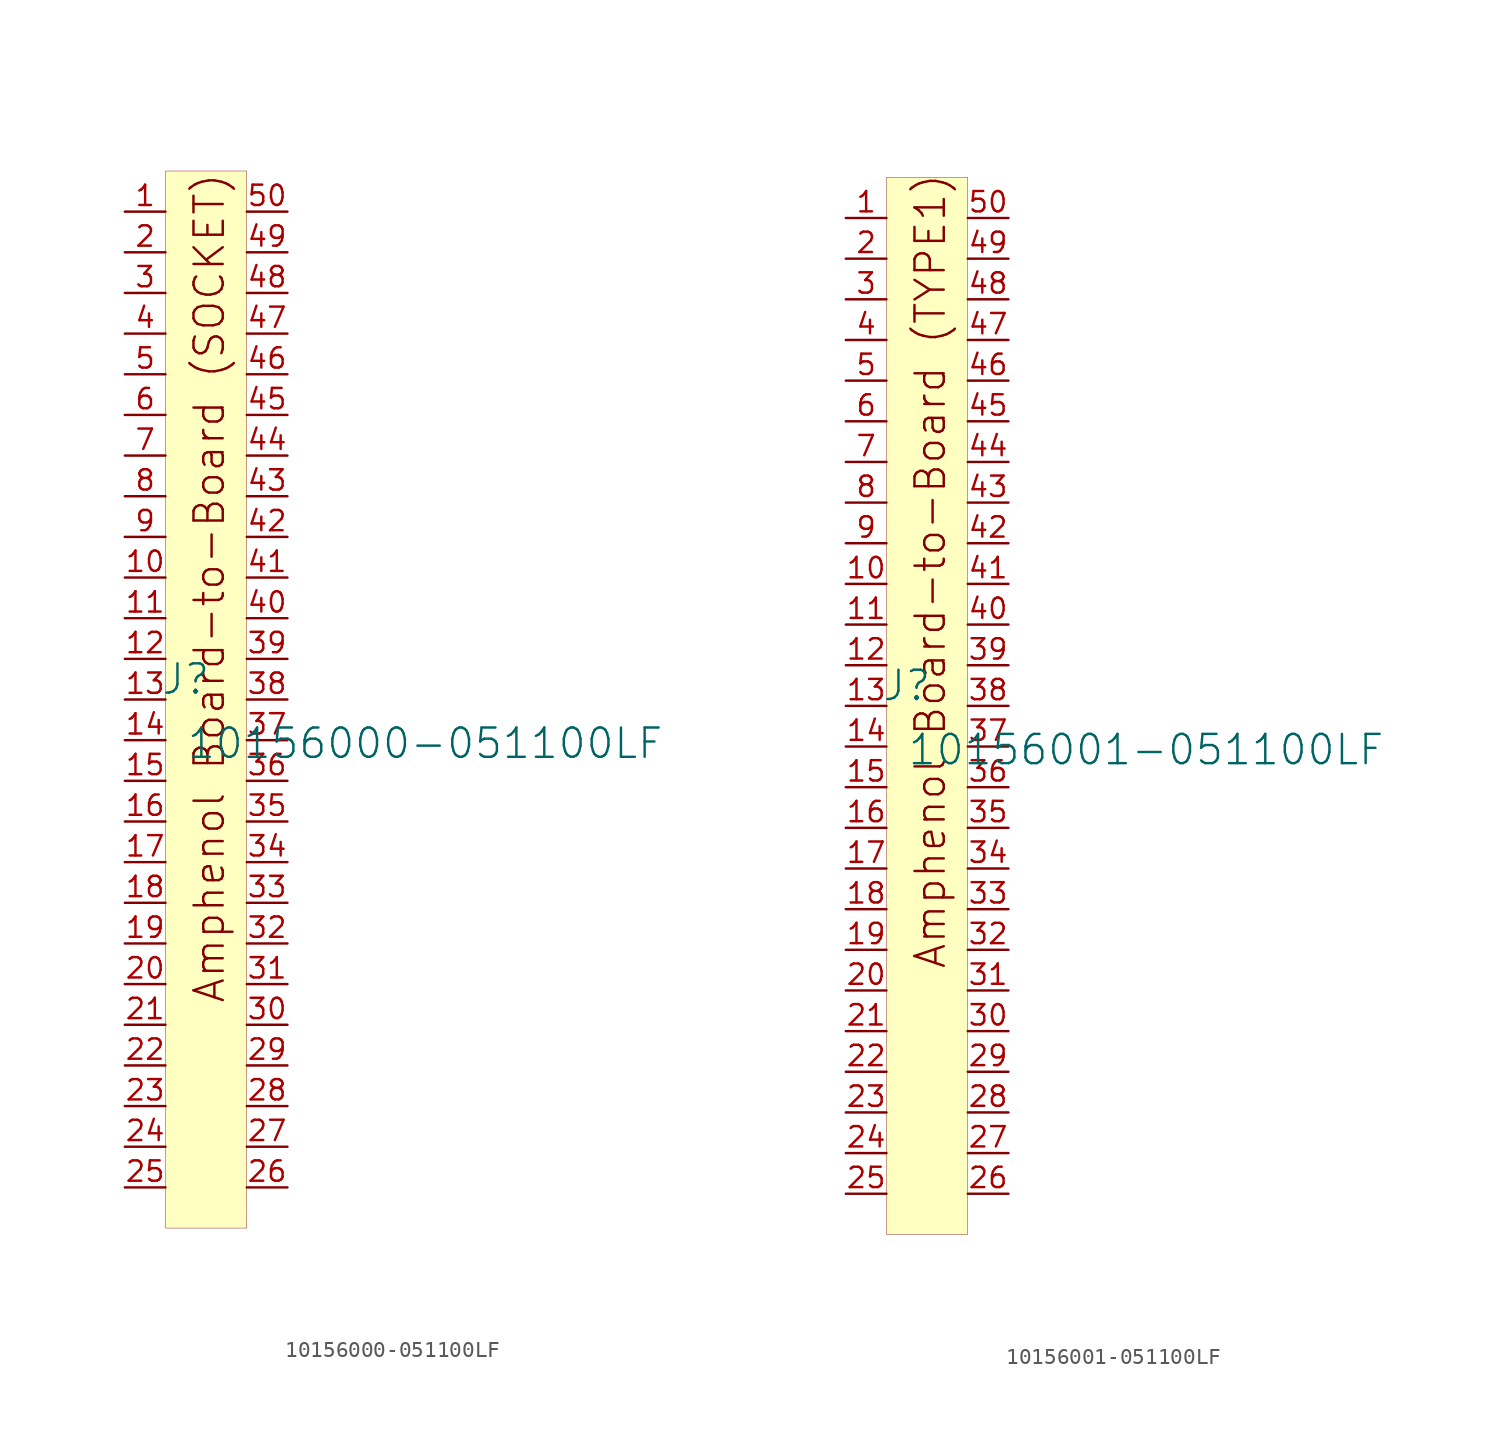
<source format=kicad_sym>
(kicad_symbol_lib
  (version 20231120)
  (generator "kicad_symbol_editor")
  (generator_version "8.0")
  (symbol "10156000-051100LF"
    (property "Reference" "J"
      (at -1.27 1.27 0)
      (effects (font (size 1.829 1.829))))
    (property "Value" "10156000-051100LF"
      (at -1.27 -3.81 0)
      (effects (font (size 1.829 1.829)) (justify left bottom)))
    (symbol "10156000-051100LF_1_0"
      (rectangle (start 2.54 33.02) (end -2.54 -33.02) (stroke (width 0.025) (type solid) (color 128 0 0 1)) (fill (type background)))
      (text "Amphenol Board-to-Board (SOCKET)" (at 1.27 -19.05 900) (effects (font (size 1.829 1.829)) (justify left bottom)))
      (pin passive line (at -5.08 30.48 0) (length 2.54) (name "" (effects (font (size 1.27 1.27)))) (number "1" (effects (font (size 1.27 1.27)))))
      (pin passive line (at -5.08 7.62 0) (length 2.54) (name "" (effects (font (size 1.27 1.27)))) (number "10" (effects (font (size 1.27 1.27)))))
      (pin passive line (at -5.08 5.08 0) (length 2.54) (name "" (effects (font (size 1.27 1.27)))) (number "11" (effects (font (size 1.27 1.27)))))
      (pin passive line (at -5.08 2.54 0) (length 2.54) (name "" (effects (font (size 1.27 1.27)))) (number "12" (effects (font (size 1.27 1.27)))))
      (pin passive line (at -5.08 0 0) (length 2.54) (name "" (effects (font (size 1.27 1.27)))) (number "13" (effects (font (size 1.27 1.27)))))
      (pin passive line (at -5.08 -2.54 0) (length 2.54) (name "" (effects (font (size 1.27 1.27)))) (number "14" (effects (font (size 1.27 1.27)))))
      (pin passive line (at -5.08 -5.08 0) (length 2.54) (name "" (effects (font (size 1.27 1.27)))) (number "15" (effects (font (size 1.27 1.27)))))
      (pin passive line (at -5.08 -7.62 0) (length 2.54) (name "" (effects (font (size 1.27 1.27)))) (number "16" (effects (font (size 1.27 1.27)))))
      (pin passive line (at -5.08 -10.16 0) (length 2.54) (name "" (effects (font (size 1.27 1.27)))) (number "17" (effects (font (size 1.27 1.27)))))
      (pin passive line (at -5.08 -12.7 0) (length 2.54) (name "" (effects (font (size 1.27 1.27)))) (number "18" (effects (font (size 1.27 1.27)))))
      (pin passive line (at -5.08 -15.24 0) (length 2.54) (name "" (effects (font (size 1.27 1.27)))) (number "19" (effects (font (size 1.27 1.27)))))
      (pin passive line (at -5.08 27.94 0) (length 2.54) (name "" (effects (font (size 1.27 1.27)))) (number "2" (effects (font (size 1.27 1.27)))))
      (pin passive line (at -5.08 -17.78 0) (length 2.54) (name "" (effects (font (size 1.27 1.27)))) (number "20" (effects (font (size 1.27 1.27)))))
      (pin passive line (at -5.08 -20.32 0) (length 2.54) (name "" (effects (font (size 1.27 1.27)))) (number "21" (effects (font (size 1.27 1.27)))))
      (pin passive line (at -5.08 -22.86 0) (length 2.54) (name "" (effects (font (size 1.27 1.27)))) (number "22" (effects (font (size 1.27 1.27)))))
      (pin passive line (at -5.08 -25.4 0) (length 2.54) (name "" (effects (font (size 1.27 1.27)))) (number "23" (effects (font (size 1.27 1.27)))))
      (pin passive line (at -5.08 -27.94 0) (length 2.54) (name "" (effects (font (size 1.27 1.27)))) (number "24" (effects (font (size 1.27 1.27)))))
      (pin passive line (at -5.08 -30.48 0) (length 2.54) (name "" (effects (font (size 1.27 1.27)))) (number "25" (effects (font (size 1.27 1.27)))))
      (pin passive line (at 5.08 -30.48 180) (length 2.54) (name "" (effects (font (size 1.27 1.27)))) (number "26" (effects (font (size 1.27 1.27)))))
      (pin passive line (at 5.08 -27.94 180) (length 2.54) (name "" (effects (font (size 1.27 1.27)))) (number "27" (effects (font (size 1.27 1.27)))))
      (pin passive line (at 5.08 -25.4 180) (length 2.54) (name "" (effects (font (size 1.27 1.27)))) (number "28" (effects (font (size 1.27 1.27)))))
      (pin passive line (at 5.08 -22.86 180) (length 2.54) (name "" (effects (font (size 1.27 1.27)))) (number "29" (effects (font (size 1.27 1.27)))))
      (pin passive line (at -5.08 25.4 0) (length 2.54) (name "" (effects (font (size 1.27 1.27)))) (number "3" (effects (font (size 1.27 1.27)))))
      (pin passive line (at 5.08 -20.32 180) (length 2.54) (name "" (effects (font (size 1.27 1.27)))) (number "30" (effects (font (size 1.27 1.27)))))
      (pin passive line (at 5.08 -17.78 180) (length 2.54) (name "" (effects (font (size 1.27 1.27)))) (number "31" (effects (font (size 1.27 1.27)))))
      (pin passive line (at 5.08 -15.24 180) (length 2.54) (name "" (effects (font (size 1.27 1.27)))) (number "32" (effects (font (size 1.27 1.27)))))
      (pin passive line (at 5.08 -12.7 180) (length 2.54) (name "" (effects (font (size 1.27 1.27)))) (number "33" (effects (font (size 1.27 1.27)))))
      (pin passive line (at 5.08 -10.16 180) (length 2.54) (name "" (effects (font (size 1.27 1.27)))) (number "34" (effects (font (size 1.27 1.27)))))
      (pin passive line (at 5.08 -7.62 180) (length 2.54) (name "" (effects (font (size 1.27 1.27)))) (number "35" (effects (font (size 1.27 1.27)))))
      (pin passive line (at 5.08 -5.08 180) (length 2.54) (name "" (effects (font (size 1.27 1.27)))) (number "36" (effects (font (size 1.27 1.27)))))
      (pin passive line (at 5.08 -2.54 180) (length 2.54) (name "" (effects (font (size 1.27 1.27)))) (number "37" (effects (font (size 1.27 1.27)))))
      (pin passive line (at 5.08 0 180) (length 2.54) (name "" (effects (font (size 1.27 1.27)))) (number "38" (effects (font (size 1.27 1.27)))))
      (pin passive line (at 5.08 2.54 180) (length 2.54) (name "" (effects (font (size 1.27 1.27)))) (number "39" (effects (font (size 1.27 1.27)))))
      (pin passive line (at -5.08 22.86 0) (length 2.54) (name "" (effects (font (size 1.27 1.27)))) (number "4" (effects (font (size 1.27 1.27)))))
      (pin passive line (at 5.08 5.08 180) (length 2.54) (name "" (effects (font (size 1.27 1.27)))) (number "40" (effects (font (size 1.27 1.27)))))
      (pin passive line (at 5.08 7.62 180) (length 2.54) (name "" (effects (font (size 1.27 1.27)))) (number "41" (effects (font (size 1.27 1.27)))))
      (pin passive line (at 5.08 10.16 180) (length 2.54) (name "" (effects (font (size 1.27 1.27)))) (number "42" (effects (font (size 1.27 1.27)))))
      (pin passive line (at 5.08 12.7 180) (length 2.54) (name "" (effects (font (size 1.27 1.27)))) (number "43" (effects (font (size 1.27 1.27)))))
      (pin passive line (at 5.08 15.24 180) (length 2.54) (name "" (effects (font (size 1.27 1.27)))) (number "44" (effects (font (size 1.27 1.27)))))
      (pin passive line (at 5.08 17.78 180) (length 2.54) (name "" (effects (font (size 1.27 1.27)))) (number "45" (effects (font (size 1.27 1.27)))))
      (pin passive line (at 5.08 20.32 180) (length 2.54) (name "" (effects (font (size 1.27 1.27)))) (number "46" (effects (font (size 1.27 1.27)))))
      (pin passive line (at 5.08 22.86 180) (length 2.54) (name "" (effects (font (size 1.27 1.27)))) (number "47" (effects (font (size 1.27 1.27)))))
      (pin passive line (at 5.08 25.4 180) (length 2.54) (name "" (effects (font (size 1.27 1.27)))) (number "48" (effects (font (size 1.27 1.27)))))
      (pin passive line (at 5.08 27.94 180) (length 2.54) (name "" (effects (font (size 1.27 1.27)))) (number "49" (effects (font (size 1.27 1.27)))))
      (pin passive line (at -5.08 20.32 0) (length 2.54) (name "" (effects (font (size 1.27 1.27)))) (number "5" (effects (font (size 1.27 1.27)))))
      (pin passive line (at 5.08 30.48 180) (length 2.54) (name "" (effects (font (size 1.27 1.27)))) (number "50" (effects (font (size 1.27 1.27)))))
      (pin passive line (at -5.08 17.78 0) (length 2.54) (name "" (effects (font (size 1.27 1.27)))) (number "6" (effects (font (size 1.27 1.27)))))
      (pin passive line (at -5.08 15.24 0) (length 2.54) (name "" (effects (font (size 1.27 1.27)))) (number "7" (effects (font (size 1.27 1.27)))))
      (pin passive line (at -5.08 12.7 0) (length 2.54) (name "" (effects (font (size 1.27 1.27)))) (number "8" (effects (font (size 1.27 1.27)))))
      (pin passive line (at -5.08 10.16 0) (length 2.54) (name "" (effects (font (size 1.27 1.27)))) (number "9" (effects (font (size 1.27 1.27)))))))
  (symbol "10156001-051100LF"
    (property "Reference" "J"
      (at -1.27 1.27 0)
      (effects (font (size 1.829 1.829))))
    (property "Value" "10156001-051100LF"
      (at -1.27 -3.81 0)
      (effects (font (size 1.829 1.829)) (justify left bottom)))
    (symbol "10156001-051100LF_1_0"
      (rectangle (start 2.54 33.02) (end -2.54 -33.02) (stroke (width 0.025) (type solid) (color 128 0 0 1)) (fill (type background)))
      (text "Amphenol Board-to-Board (TYPE1)" (at 1.27 -16.51 900) (effects (font (size 1.829 1.829)) (justify left bottom)))
      (pin passive line (at -5.08 30.48 0) (length 2.54) (name "" (effects (font (size 1.27 1.27)))) (number "1" (effects (font (size 1.27 1.27)))))
      (pin passive line (at -5.08 7.62 0) (length 2.54) (name "" (effects (font (size 1.27 1.27)))) (number "10" (effects (font (size 1.27 1.27)))))
      (pin passive line (at -5.08 5.08 0) (length 2.54) (name "" (effects (font (size 1.27 1.27)))) (number "11" (effects (font (size 1.27 1.27)))))
      (pin passive line (at -5.08 2.54 0) (length 2.54) (name "" (effects (font (size 1.27 1.27)))) (number "12" (effects (font (size 1.27 1.27)))))
      (pin passive line (at -5.08 0 0) (length 2.54) (name "" (effects (font (size 1.27 1.27)))) (number "13" (effects (font (size 1.27 1.27)))))
      (pin passive line (at -5.08 -2.54 0) (length 2.54) (name "" (effects (font (size 1.27 1.27)))) (number "14" (effects (font (size 1.27 1.27)))))
      (pin passive line (at -5.08 -5.08 0) (length 2.54) (name "" (effects (font (size 1.27 1.27)))) (number "15" (effects (font (size 1.27 1.27)))))
      (pin passive line (at -5.08 -7.62 0) (length 2.54) (name "" (effects (font (size 1.27 1.27)))) (number "16" (effects (font (size 1.27 1.27)))))
      (pin passive line (at -5.08 -10.16 0) (length 2.54) (name "" (effects (font (size 1.27 1.27)))) (number "17" (effects (font (size 1.27 1.27)))))
      (pin passive line (at -5.08 -12.7 0) (length 2.54) (name "" (effects (font (size 1.27 1.27)))) (number "18" (effects (font (size 1.27 1.27)))))
      (pin passive line (at -5.08 -15.24 0) (length 2.54) (name "" (effects (font (size 1.27 1.27)))) (number "19" (effects (font (size 1.27 1.27)))))
      (pin passive line (at -5.08 27.94 0) (length 2.54) (name "" (effects (font (size 1.27 1.27)))) (number "2" (effects (font (size 1.27 1.27)))))
      (pin passive line (at -5.08 -17.78 0) (length 2.54) (name "" (effects (font (size 1.27 1.27)))) (number "20" (effects (font (size 1.27 1.27)))))
      (pin passive line (at -5.08 -20.32 0) (length 2.54) (name "" (effects (font (size 1.27 1.27)))) (number "21" (effects (font (size 1.27 1.27)))))
      (pin passive line (at -5.08 -22.86 0) (length 2.54) (name "" (effects (font (size 1.27 1.27)))) (number "22" (effects (font (size 1.27 1.27)))))
      (pin passive line (at -5.08 -25.4 0) (length 2.54) (name "" (effects (font (size 1.27 1.27)))) (number "23" (effects (font (size 1.27 1.27)))))
      (pin passive line (at -5.08 -27.94 0) (length 2.54) (name "" (effects (font (size 1.27 1.27)))) (number "24" (effects (font (size 1.27 1.27)))))
      (pin passive line (at -5.08 -30.48 0) (length 2.54) (name "" (effects (font (size 1.27 1.27)))) (number "25" (effects (font (size 1.27 1.27)))))
      (pin passive line (at 5.08 -30.48 180) (length 2.54) (name "" (effects (font (size 1.27 1.27)))) (number "26" (effects (font (size 1.27 1.27)))))
      (pin passive line (at 5.08 -27.94 180) (length 2.54) (name "" (effects (font (size 1.27 1.27)))) (number "27" (effects (font (size 1.27 1.27)))))
      (pin passive line (at 5.08 -25.4 180) (length 2.54) (name "" (effects (font (size 1.27 1.27)))) (number "28" (effects (font (size 1.27 1.27)))))
      (pin passive line (at 5.08 -22.86 180) (length 2.54) (name "" (effects (font (size 1.27 1.27)))) (number "29" (effects (font (size 1.27 1.27)))))
      (pin passive line (at -5.08 25.4 0) (length 2.54) (name "" (effects (font (size 1.27 1.27)))) (number "3" (effects (font (size 1.27 1.27)))))
      (pin passive line (at 5.08 -20.32 180) (length 2.54) (name "" (effects (font (size 1.27 1.27)))) (number "30" (effects (font (size 1.27 1.27)))))
      (pin passive line (at 5.08 -17.78 180) (length 2.54) (name "" (effects (font (size 1.27 1.27)))) (number "31" (effects (font (size 1.27 1.27)))))
      (pin passive line (at 5.08 -15.24 180) (length 2.54) (name "" (effects (font (size 1.27 1.27)))) (number "32" (effects (font (size 1.27 1.27)))))
      (pin passive line (at 5.08 -12.7 180) (length 2.54) (name "" (effects (font (size 1.27 1.27)))) (number "33" (effects (font (size 1.27 1.27)))))
      (pin passive line (at 5.08 -10.16 180) (length 2.54) (name "" (effects (font (size 1.27 1.27)))) (number "34" (effects (font (size 1.27 1.27)))))
      (pin passive line (at 5.08 -7.62 180) (length 2.54) (name "" (effects (font (size 1.27 1.27)))) (number "35" (effects (font (size 1.27 1.27)))))
      (pin passive line (at 5.08 -5.08 180) (length 2.54) (name "" (effects (font (size 1.27 1.27)))) (number "36" (effects (font (size 1.27 1.27)))))
      (pin passive line (at 5.08 -2.54 180) (length 2.54) (name "" (effects (font (size 1.27 1.27)))) (number "37" (effects (font (size 1.27 1.27)))))
      (pin passive line (at 5.08 0 180) (length 2.54) (name "" (effects (font (size 1.27 1.27)))) (number "38" (effects (font (size 1.27 1.27)))))
      (pin passive line (at 5.08 2.54 180) (length 2.54) (name "" (effects (font (size 1.27 1.27)))) (number "39" (effects (font (size 1.27 1.27)))))
      (pin passive line (at -5.08 22.86 0) (length 2.54) (name "" (effects (font (size 1.27 1.27)))) (number "4" (effects (font (size 1.27 1.27)))))
      (pin passive line (at 5.08 5.08 180) (length 2.54) (name "" (effects (font (size 1.27 1.27)))) (number "40" (effects (font (size 1.27 1.27)))))
      (pin passive line (at 5.08 7.62 180) (length 2.54) (name "" (effects (font (size 1.27 1.27)))) (number "41" (effects (font (size 1.27 1.27)))))
      (pin passive line (at 5.08 10.16 180) (length 2.54) (name "" (effects (font (size 1.27 1.27)))) (number "42" (effects (font (size 1.27 1.27)))))
      (pin passive line (at 5.08 12.7 180) (length 2.54) (name "" (effects (font (size 1.27 1.27)))) (number "43" (effects (font (size 1.27 1.27)))))
      (pin passive line (at 5.08 15.24 180) (length 2.54) (name "" (effects (font (size 1.27 1.27)))) (number "44" (effects (font (size 1.27 1.27)))))
      (pin passive line (at 5.08 17.78 180) (length 2.54) (name "" (effects (font (size 1.27 1.27)))) (number "45" (effects (font (size 1.27 1.27)))))
      (pin passive line (at 5.08 20.32 180) (length 2.54) (name "" (effects (font (size 1.27 1.27)))) (number "46" (effects (font (size 1.27 1.27)))))
      (pin passive line (at 5.08 22.86 180) (length 2.54) (name "" (effects (font (size 1.27 1.27)))) (number "47" (effects (font (size 1.27 1.27)))))
      (pin passive line (at 5.08 25.4 180) (length 2.54) (name "" (effects (font (size 1.27 1.27)))) (number "48" (effects (font (size 1.27 1.27)))))
      (pin passive line (at 5.08 27.94 180) (length 2.54) (name "" (effects (font (size 1.27 1.27)))) (number "49" (effects (font (size 1.27 1.27)))))
      (pin passive line (at -5.08 20.32 0) (length 2.54) (name "" (effects (font (size 1.27 1.27)))) (number "5" (effects (font (size 1.27 1.27)))))
      (pin passive line (at 5.08 30.48 180) (length 2.54) (name "" (effects (font (size 1.27 1.27)))) (number "50" (effects (font (size 1.27 1.27)))))
      (pin passive line (at -5.08 17.78 0) (length 2.54) (name "" (effects (font (size 1.27 1.27)))) (number "6" (effects (font (size 1.27 1.27)))))
      (pin passive line (at -5.08 15.24 0) (length 2.54) (name "" (effects (font (size 1.27 1.27)))) (number "7" (effects (font (size 1.27 1.27)))))
      (pin passive line (at -5.08 12.7 0) (length 2.54) (name "" (effects (font (size 1.27 1.27)))) (number "8" (effects (font (size 1.27 1.27)))))
      (pin passive line (at -5.08 10.16 0) (length 2.54) (name "" (effects (font (size 1.27 1.27)))) (number "9" (effects (font (size 1.27 1.27))))))))
</source>
